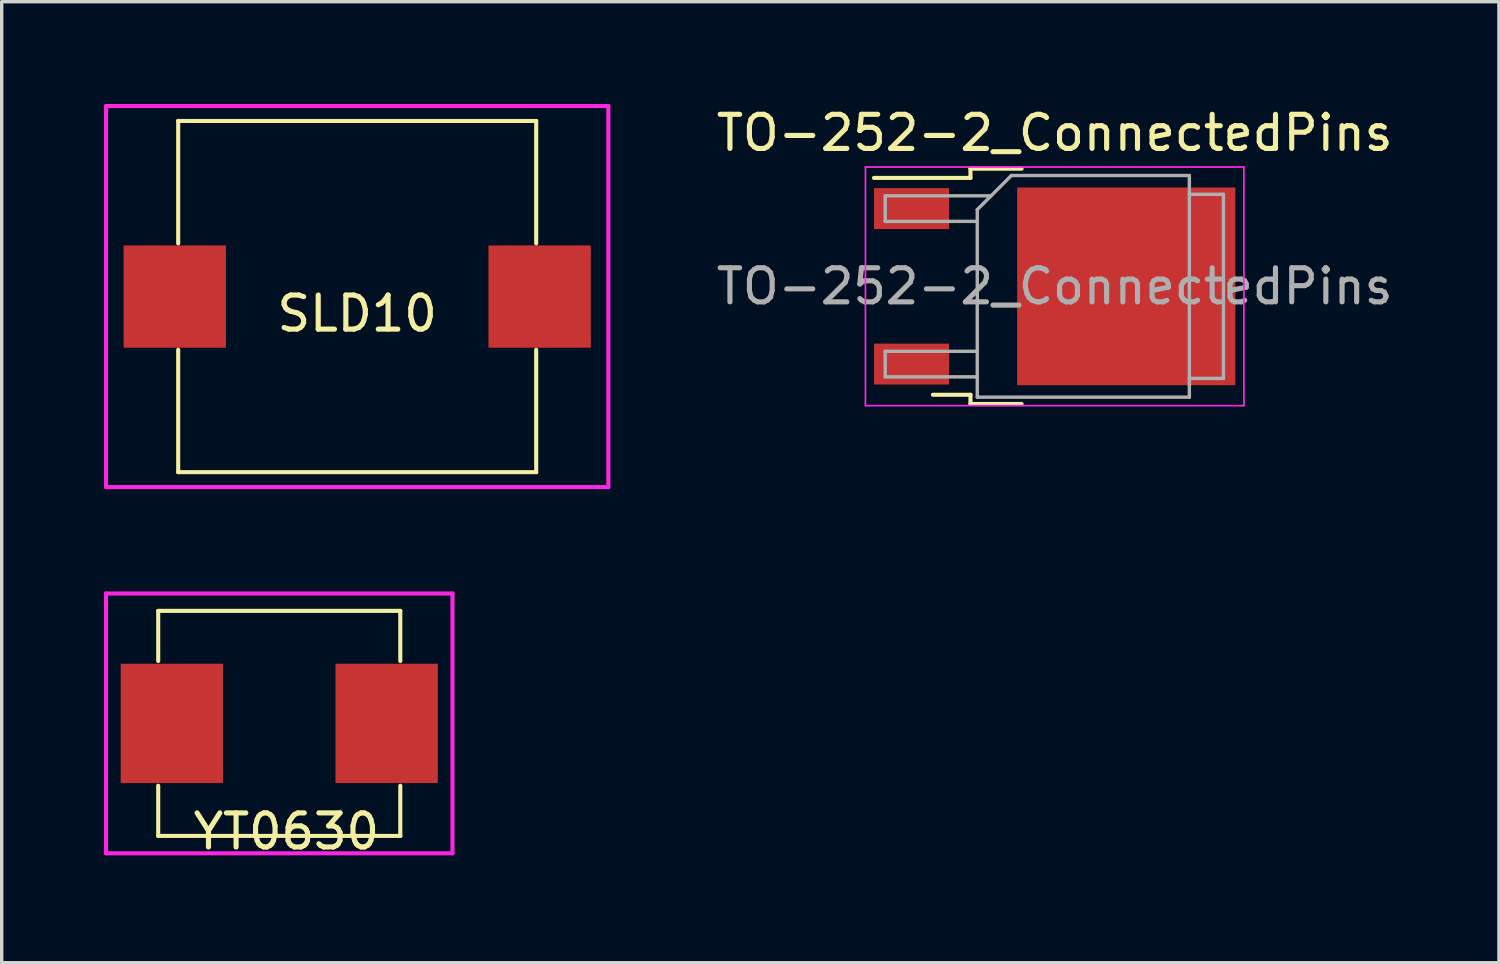
<source format=kicad_pcb>
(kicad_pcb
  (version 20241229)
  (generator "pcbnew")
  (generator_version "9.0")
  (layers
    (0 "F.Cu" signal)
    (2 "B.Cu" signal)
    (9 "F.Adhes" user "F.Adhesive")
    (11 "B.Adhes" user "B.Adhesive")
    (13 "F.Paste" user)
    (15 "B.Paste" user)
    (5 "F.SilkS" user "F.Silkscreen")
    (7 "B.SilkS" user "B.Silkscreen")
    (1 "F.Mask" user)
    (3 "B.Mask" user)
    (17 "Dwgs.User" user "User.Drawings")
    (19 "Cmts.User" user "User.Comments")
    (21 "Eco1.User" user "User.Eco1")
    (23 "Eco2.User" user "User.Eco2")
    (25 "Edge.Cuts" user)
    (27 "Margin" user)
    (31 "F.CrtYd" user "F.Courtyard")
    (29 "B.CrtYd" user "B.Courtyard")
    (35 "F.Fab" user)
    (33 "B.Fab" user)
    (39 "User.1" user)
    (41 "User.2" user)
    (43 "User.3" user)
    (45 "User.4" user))
  (footprint "TO-252-2_ConnectedPins"
    (layer "F.Cu")
    (at 27.882 5.348)
    (property "Reference" "TO-252-2_ConnectedPins" (at 0 -4.5 0) (layer "F.SilkS") (effects (font (size 1 1) (thickness 0.15))))
    (attr smd)
    (fp_line (start -2.47 -3.45) (end -2.47 -3.18) (stroke (width 0.12) (type solid)) (layer "F.SilkS"))
    (fp_line (start -2.47 -3.18) (end -5.3 -3.18) (stroke (width 0.12) (type solid)) (layer "F.SilkS"))
    (fp_line (start -2.47 3.18) (end -3.57 3.18) (stroke (width 0.12) (type solid)) (layer "F.SilkS"))
    (fp_line (start -2.47 3.45) (end -2.47 3.18) (stroke (width 0.12) (type solid)) (layer "F.SilkS"))
    (fp_line (start -0.97 -3.45) (end -2.47 -3.45) (stroke (width 0.12) (type solid)) (layer "F.SilkS"))
    (fp_line (start -0.97 3.45) (end -2.47 3.45) (stroke (width 0.12) (type solid)) (layer "F.SilkS"))
    (fp_line (start -5.55 -3.5) (end -5.55 3.5) (stroke (width 0.05) (type solid)) (layer "F.CrtYd"))
    (fp_line (start -5.55 3.5) (end 5.55 3.5) (stroke (width 0.05) (type solid)) (layer "F.CrtYd"))
    (fp_line (start 5.55 -3.5) (end -5.55 -3.5) (stroke (width 0.05) (type solid)) (layer "F.CrtYd"))
    (fp_line (start 5.55 3.5) (end 5.55 -3.5) (stroke (width 0.05) (type solid)) (layer "F.CrtYd"))
    (fp_line (start -4.97 -2.655) (end -4.97 -1.905) (stroke (width 0.1) (type solid)) (layer "F.Fab"))
    (fp_line (start -4.97 -1.905) (end -2.27 -1.905) (stroke (width 0.1) (type solid)) (layer "F.Fab"))
    (fp_line (start -4.97 1.905) (end -4.97 2.655) (stroke (width 0.1) (type solid)) (layer "F.Fab"))
    (fp_line (start -4.97 2.655) (end -2.27 2.655) (stroke (width 0.1) (type solid)) (layer "F.Fab"))
    (fp_line (start -2.27 -2.25) (end -1.27 -3.25) (stroke (width 0.1) (type solid)) (layer "F.Fab"))
    (fp_line (start -2.27 1.905) (end -4.97 1.905) (stroke (width 0.1) (type solid)) (layer "F.Fab"))
    (fp_line (start -2.27 3.25) (end -2.27 -2.25) (stroke (width 0.1) (type solid)) (layer "F.Fab"))
    (fp_line (start -1.865 -2.655) (end -4.97 -2.655) (stroke (width 0.1) (type solid)) (layer "F.Fab"))
    (fp_line (start -1.27 -3.25) (end 3.95 -3.25) (stroke (width 0.1) (type solid)) (layer "F.Fab"))
    (fp_line (start 3.95 -3.25) (end 3.95 3.25) (stroke (width 0.1) (type solid)) (layer "F.Fab"))
    (fp_line (start 3.95 -2.7) (end 4.95 -2.7) (stroke (width 0.1) (type solid)) (layer "F.Fab"))
    (fp_line (start 3.95 3.25) (end -2.27 3.25) (stroke (width 0.1) (type solid)) (layer "F.Fab"))
    (fp_line (start 4.95 -2.7) (end 4.95 2.7) (stroke (width 0.1) (type solid)) (layer "F.Fab"))
    (fp_line (start 4.95 2.7) (end 3.95 2.7) (stroke (width 0.1) (type solid)) (layer "F.Fab"))
    (fp_text user "${REFERENCE}" (at 0 0 0) (layer "F.Fab") (effects (font (size 1 1) (thickness 0.15))))
    (pad "" smd rect (at 0.425 -1.525) (size 3.05 2.75) (layers "F.Paste"))
    (pad "" smd rect (at 0.425 1.525) (size 3.05 2.75) (layers "F.Paste"))
    (pad "" smd rect (at 3.775 -1.525) (size 3.05 2.75) (layers "F.Paste"))
    (pad "" smd rect (at 3.775 1.525) (size 3.05 2.75) (layers "F.Paste"))
    (pad "1" smd rect (at 2.1 0) (size 6.4 5.8) (layers "F.Cu" "F.Mask"))
    (pad "2" smd rect (at -4.2 -2.28) (size 2.2 1.2) (layers "F.Cu" "F.Mask" "F.Paste"))
    (pad "2" smd rect (at -4.2 2.28) (size 2.2 1.2) (layers "F.Cu" "F.Mask" "F.Paste")))
  (footprint "YT0630"
    (layer "F.Cu")
    (at 5.14 18.166)
    (property "Reference" "YT0630" (at 0.21 3.17 0) (layer "F.SilkS") (effects (font (size 1 1) (thickness 0.15))))
    (attr through_hole)
    (fp_line (start -3.55 -3.3) (end 3.55 -3.3) (stroke (width 0.12) (type solid)) (layer "F.SilkS"))
    (fp_line (start -3.55 -1.829) (end -3.55 -3.3) (stroke (width 0.12) (type solid)) (layer "F.SilkS"))
    (fp_line (start -3.55 3.3) (end -3.55 1.829) (stroke (width 0.12) (type solid)) (layer "F.SilkS"))
    (fp_line (start 3.55 -3.3) (end 3.55 -1.829) (stroke (width 0.12) (type solid)) (layer "F.SilkS"))
    (fp_line (start 3.55 1.829) (end 3.55 3.3) (stroke (width 0.12) (type solid)) (layer "F.SilkS"))
    (fp_line (start 3.55 3.3) (end -3.55 3.3) (stroke (width 0.12) (type solid)) (layer "F.SilkS"))
    (fp_line (start -5.08 -3.81) (end -5.08 3.81) (stroke (width 0.12) (type solid)) (layer "F.CrtYd"))
    (fp_line (start -5.08 3.81) (end 5.08 3.81) (stroke (width 0.12) (type solid)) (layer "F.CrtYd"))
    (fp_line (start 5.08 -3.81) (end -5.08 -3.81) (stroke (width 0.12) (type solid)) (layer "F.CrtYd"))
    (fp_line (start 5.08 3.81) (end 5.08 -3.81) (stroke (width 0.12) (type solid)) (layer "F.CrtYd"))
    (pad "1" smd rect (at -3.15 0) (size 3 3.5) (layers "F.Cu" "F.Mask" "F.Paste"))
    (pad "2" smd rect (at 3.15 0) (size 3 3.5) (layers "F.Cu" "F.Mask" "F.Paste")))
  (footprint "SLD10"
    (layer "F.Cu")
    (at 7.426 5.648)
    (property "Reference" "SLD10" (at 0 0.5 0) (layer "F.SilkS") (effects (font (size 1 1) (thickness 0.15))))
    (attr through_hole)
    (fp_line (start -5.25 -5.15) (end -5.25 -1.56) (stroke (width 0.12) (type solid)) (layer "F.SilkS"))
    (fp_line (start -5.25 1.56) (end -5.25 5.15) (stroke (width 0.12) (type solid)) (layer "F.SilkS"))
    (fp_line (start -5.25 5.15) (end 5.25 5.15) (stroke (width 0.12) (type solid)) (layer "F.SilkS"))
    (fp_line (start 5.25 -5.15) (end -5.25 -5.15) (stroke (width 0.12) (type solid)) (layer "F.SilkS"))
    (fp_line (start 5.25 -1.56) (end 5.25 -5.15) (stroke (width 0.12) (type solid)) (layer "F.SilkS"))
    (fp_line (start 5.25 5.15) (end 5.25 1.56) (stroke (width 0.12) (type solid)) (layer "F.SilkS"))
    (fp_line (start -7.366 -5.588) (end -7.366 5.588) (stroke (width 0.12) (type solid)) (layer "F.CrtYd"))
    (fp_line (start -7.366 5.588) (end 7.366 5.588) (stroke (width 0.12) (type solid)) (layer "F.CrtYd"))
    (fp_line (start 7.366 -5.588) (end -7.366 -5.588) (stroke (width 0.12) (type solid)) (layer "F.CrtYd"))
    (fp_line (start 7.366 5.588) (end 7.366 -5.588) (stroke (width 0.12) (type solid)) (layer "F.CrtYd"))
    (pad "1" smd rect (at -5.35 0) (size 3 3) (layers "F.Cu" "F.Mask" "F.Paste"))
    (pad "2" smd rect (at 5.35 0) (size 3 3) (layers "F.Cu" "F.Mask" "F.Paste")))
  (gr_rect
    (start -3 -3)
    (end 40.912 25.184)
    (stroke (width 0.1) (type default))
    (fill no)
    (layer "Edge.Cuts")))
</source>
